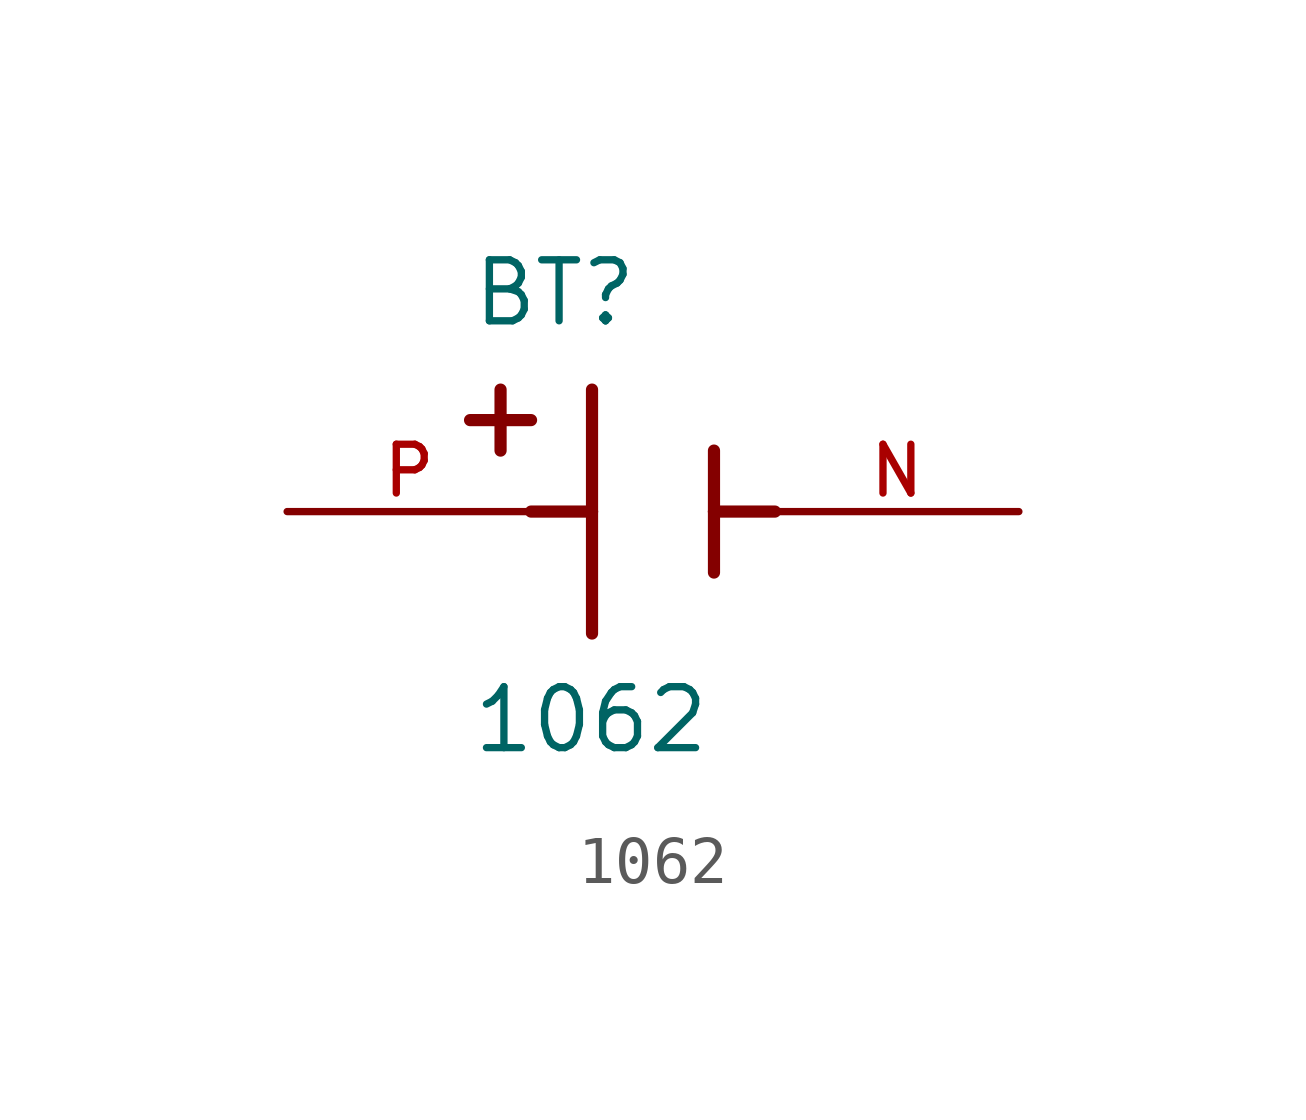
<source format=kicad_sym>
(kicad_symbol_lib
  (version 20211014)
  (generator kicad_symbol_editor)
  (symbol "1062"
    (pin_names
      (offset 1.016))
    (property "Reference" "BT"
      (at -3.81 3.81 0)
      (effects (font (size 1.27 1.27)) (justify bottom left)))
    (property "Value" "1062"
      (at -3.81 -5.08 0)
      (effects (font (size 1.27 1.27)) (justify bottom left)))
    (symbol "1062_0_0"
      (polyline (pts (xy -1.27 2.54) (xy -1.27 0.0)) (stroke (width 0.254)))
      (polyline (pts (xy -1.27 0.0) (xy -1.27 -2.54)) (stroke (width 0.254)))
      (polyline (pts (xy 1.27 1.27) (xy 1.27 0.0)) (stroke (width 0.254)))
      (polyline (pts (xy 1.27 0.0) (xy 1.27 -1.27)) (stroke (width 0.254)))
      (polyline (pts (xy -1.27 0.0) (xy -2.54 0.0)) (stroke (width 0.254)))
      (polyline (pts (xy 1.27 0.0) (xy 2.54 0.0)) (stroke (width 0.254)))
      (polyline (pts (xy -3.175 2.54) (xy -3.175 1.27)) (stroke (width 0.254)))
      (polyline (pts (xy -3.81 1.905) (xy -2.54 1.905)) (stroke (width 0.254)))
      (pin passive line (at -7.62 0.0 0) (length 5.08) (name "~" (effects (font (size 1.016 1.016)))) (number "P" (effects (font (size 1.016 1.016)))))
      (pin passive line (at 7.62 0.0 180.0) (length 5.08) (name "~" (effects (font (size 1.016 1.016)))) (number "N" (effects (font (size 1.016 1.016))))))))
</source>
